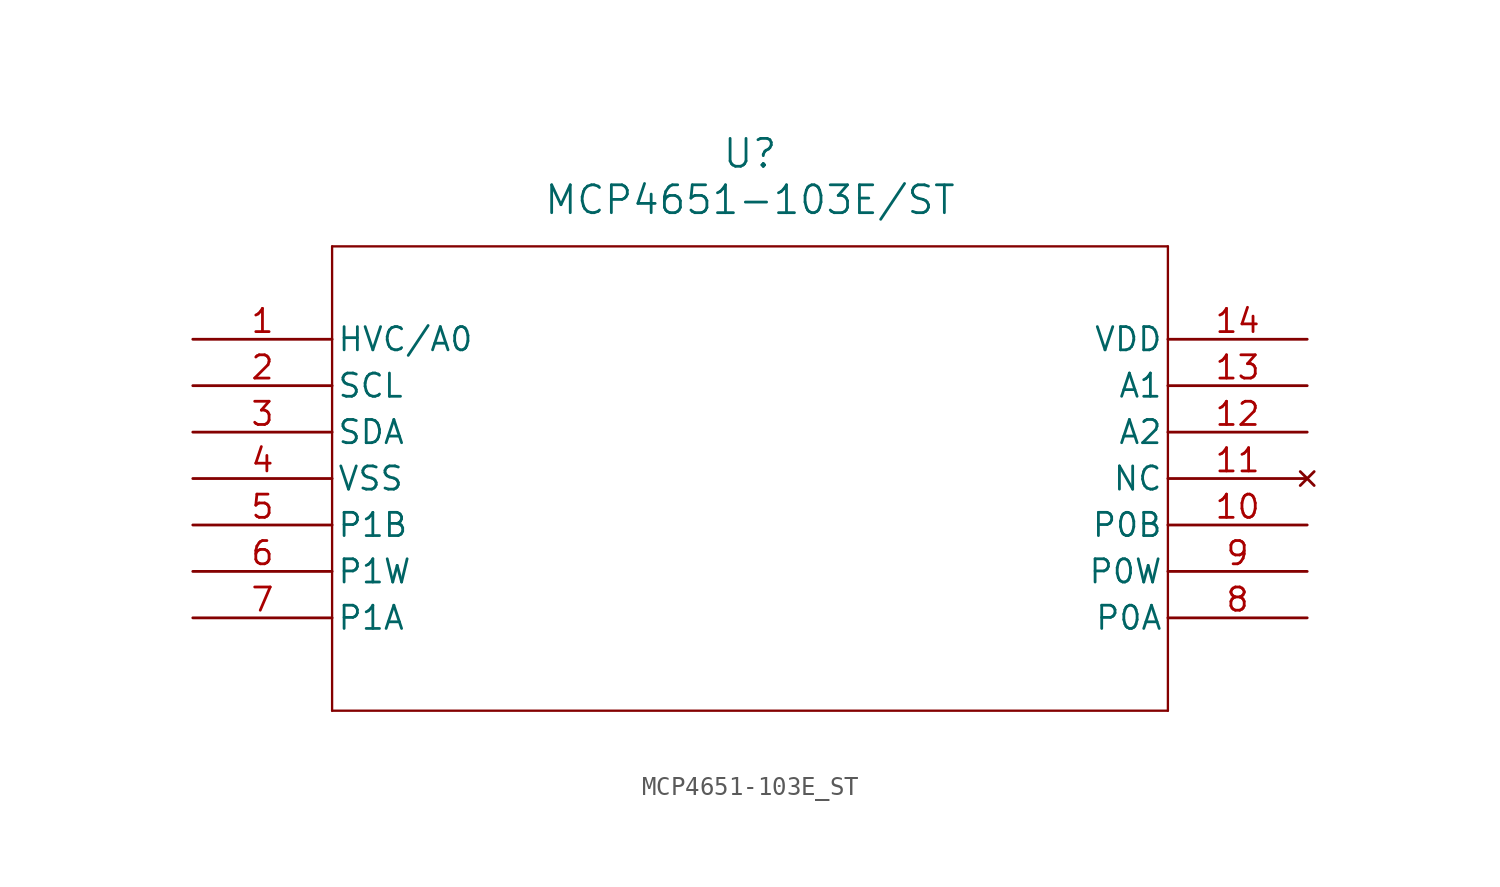
<source format=kicad_sym>
(kicad_symbol_lib
  (version 20211014)
  (generator kicad_symbol_editor)
  (symbol "MCP4651-103E_ST"
    (pin_names
      (offset 0.254))
    (property "Reference" "U"
      (at 30.48 10.16 0)
      (effects (font (size 1.524 1.524))))
    (property "Value" "MCP4651-103E/ST"
      (at 30.48 7.62 0)
      (effects (font (size 1.524 1.524))))
    (symbol "MCP4651-103E_ST_0_1"
      (polyline (pts (xy 7.62 5.08) (xy 7.62 -20.32)) (stroke (width 0.127) (type default) (color 0 0 0 0)) (fill (type none)))
      (polyline (pts (xy 7.62 -20.32) (xy 53.34 -20.32)) (stroke (width 0.127) (type default) (color 0 0 0 0)) (fill (type none)))
      (polyline (pts (xy 53.34 -20.32) (xy 53.34 5.08)) (stroke (width 0.127) (type default) (color 0 0 0 0)) (fill (type none)))
      (polyline (pts (xy 53.34 5.08) (xy 7.62 5.08)) (stroke (width 0.127) (type default) (color 0 0 0 0)) (fill (type none)))
      (pin input line (at 0 0 0) (length 7.62) (name "HVC/A0" (effects (font (size 1.27 1.27)))) (number "1" (effects (font (size 1.27 1.27)))))
      (pin input line (at 0 -2.54 0) (length 7.62) (name "SCL" (effects (font (size 1.27 1.27)))) (number "2" (effects (font (size 1.27 1.27)))))
      (pin bidirectional line (at 0 -5.08 0) (length 7.62) (name "SDA" (effects (font (size 1.27 1.27)))) (number "3" (effects (font (size 1.27 1.27)))))
      (pin power_in line (at 0 -7.62 0) (length 7.62) (name "VSS" (effects (font (size 1.27 1.27)))) (number "4" (effects (font (size 1.27 1.27)))))
      (pin unspecified line (at 0 -10.16 0) (length 7.62) (name "P1B" (effects (font (size 1.27 1.27)))) (number "5" (effects (font (size 1.27 1.27)))))
      (pin unspecified line (at 0 -12.7 0) (length 7.62) (name "P1W" (effects (font (size 1.27 1.27)))) (number "6" (effects (font (size 1.27 1.27)))))
      (pin unspecified line (at 0 -15.24 0) (length 7.62) (name "P1A" (effects (font (size 1.27 1.27)))) (number "7" (effects (font (size 1.27 1.27)))))
      (pin unspecified line (at 60.96 -15.24 180) (length 7.62) (name "P0A" (effects (font (size 1.27 1.27)))) (number "8" (effects (font (size 1.27 1.27)))))
      (pin unspecified line (at 60.96 -12.7 180) (length 7.62) (name "P0W" (effects (font (size 1.27 1.27)))) (number "9" (effects (font (size 1.27 1.27)))))
      (pin unspecified line (at 60.96 -10.16 180) (length 7.62) (name "P0B" (effects (font (size 1.27 1.27)))) (number "10" (effects (font (size 1.27 1.27)))))
      (pin no_connect line (at 60.96 -7.62 180) (length 7.62) (name "NC" (effects (font (size 1.27 1.27)))) (number "11" (effects (font (size 1.27 1.27)))))
      (pin input line (at 60.96 -5.08 180) (length 7.62) (name "A2" (effects (font (size 1.27 1.27)))) (number "12" (effects (font (size 1.27 1.27)))))
      (pin input line (at 60.96 -2.54 180) (length 7.62) (name "A1" (effects (font (size 1.27 1.27)))) (number "13" (effects (font (size 1.27 1.27)))))
      (pin power_in line (at 60.96 0 180) (length 7.62) (name "VDD" (effects (font (size 1.27 1.27)))) (number "14" (effects (font (size 1.27 1.27))))))))
</source>
